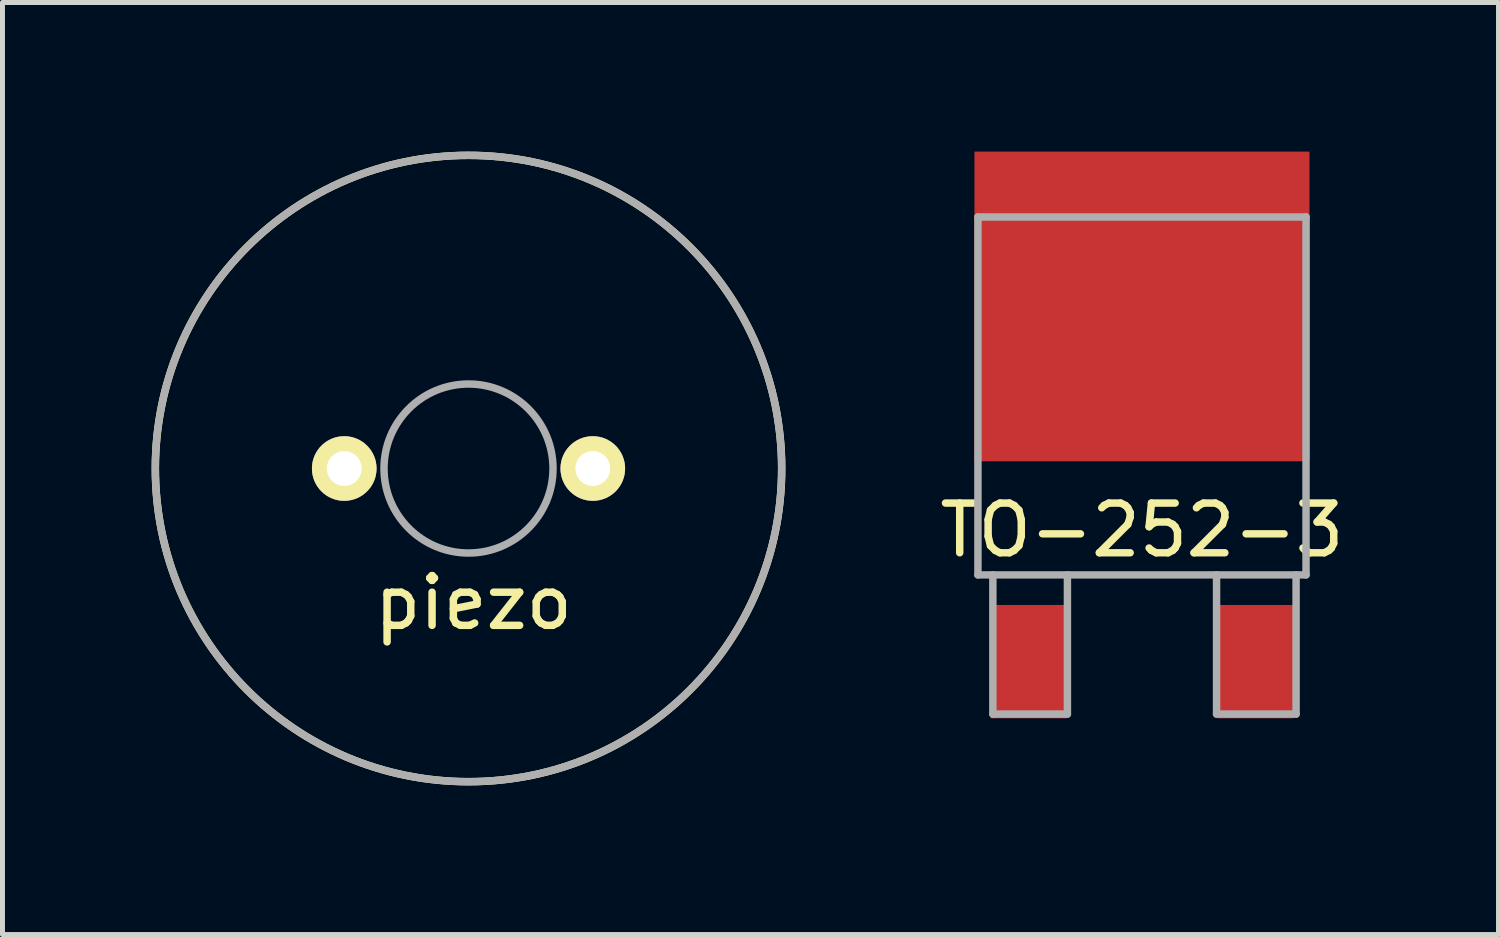
<source format=kicad_pcb>
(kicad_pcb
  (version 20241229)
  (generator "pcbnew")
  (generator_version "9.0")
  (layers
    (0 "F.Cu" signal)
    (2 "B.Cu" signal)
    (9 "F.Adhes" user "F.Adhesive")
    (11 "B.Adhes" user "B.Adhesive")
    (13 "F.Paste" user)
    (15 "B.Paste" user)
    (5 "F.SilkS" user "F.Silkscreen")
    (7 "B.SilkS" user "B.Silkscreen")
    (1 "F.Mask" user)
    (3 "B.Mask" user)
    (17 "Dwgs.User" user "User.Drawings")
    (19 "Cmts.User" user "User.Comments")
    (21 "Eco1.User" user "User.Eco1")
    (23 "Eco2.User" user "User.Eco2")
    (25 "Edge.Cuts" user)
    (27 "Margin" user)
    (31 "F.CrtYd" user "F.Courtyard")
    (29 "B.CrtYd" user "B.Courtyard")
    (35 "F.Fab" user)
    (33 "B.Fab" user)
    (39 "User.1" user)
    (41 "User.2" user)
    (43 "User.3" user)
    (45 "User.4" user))
  (footprint "TO-252-3"
    (layer "F.Cu")
    (at 19.923 3.115)
    (property "Reference" "TO-252-3" (at 0 4.5 0) (layer "F.SilkS") (effects (font (size 1 1) (thickness 0.15))))
    (attr through_hole)
    (fp_line (start -3.3 -1.8) (end -3.3 5.4) (stroke (width 0.15) (type solid)) (layer "F.Fab"))
    (fp_line (start -3.3 -1.8) (end 3.3 -1.8) (stroke (width 0.15) (type solid)) (layer "F.Fab"))
    (fp_line (start -3.3 5.4) (end 3.3 5.4) (stroke (width 0.15) (type solid)) (layer "F.Fab"))
    (fp_line (start -3 5.4) (end -3 8.2) (stroke (width 0.15) (type solid)) (layer "F.Fab"))
    (fp_line (start -3 8.2) (end -1.5 8.2) (stroke (width 0.15) (type solid)) (layer "F.Fab"))
    (fp_line (start -1.5 8.2) (end -1.5 5.4) (stroke (width 0.15) (type solid)) (layer "F.Fab"))
    (fp_line (start 1.5 5.4) (end 1.5 8.2) (stroke (width 0.15) (type solid)) (layer "F.Fab"))
    (fp_line (start 1.5 8.2) (end 3.1 8.2) (stroke (width 0.15) (type solid)) (layer "F.Fab"))
    (fp_line (start 3.1 8.2) (end 3.1 5.4) (stroke (width 0.15) (type solid)) (layer "F.Fab"))
    (fp_line (start 3.3 -1.8) (end 3.3 5.4) (stroke (width 0.15) (type solid)) (layer "F.Fab"))
    (pad "1" smd rect (at -2.28 7.145) (size 1.524 2.28) (layers "F.Cu" "F.Mask" "F.Paste"))
    (pad "2" smd rect (at 0 0) (size 6.74 6.23) (layers "F.Cu" "F.Mask" "F.Paste"))
    (pad "3" smd rect (at 2.28 7.145) (size 1.524 2.28) (layers "F.Cu" "F.Mask" "F.Paste")))
  (footprint "piezo"
    (layer "F.Cu")
    (at 6.375 6.375)
    (property "Reference" "piezo" (at 0.1 2.7 0) (layer "F.SilkS") (effects (font (size 1 1) (thickness 0.15))))
    (attr through_hole)
    (fp_circle (center 0 0) (end -6.3 0) (stroke (width 0.15) (type solid)) (fill no) (layer "F.SilkS"))
    (fp_circle (center 0 0) (end -6.3 0) (stroke (width 0.15) (type solid)) (fill no) (layer "F.Fab"))
    (fp_circle (center 0 0) (end -1.7 0) (stroke (width 0.15) (type solid)) (fill no) (layer "F.Fab"))
    (pad "1" thru_hole circle (at -2.5 0) (size 1.3 1.3) (drill 0.7) (layers "*.Cu" "*.Mask" "F.SilkS"))
    (pad "2" thru_hole circle (at 2.5 0) (size 1.3 1.3) (drill 0.7) (layers "*.Cu" "*.Mask" "F.SilkS")))
  (gr_rect
    (start -3 -3)
    (end 27.095 15.75)
    (stroke (width 0.1) (type default))
    (fill no)
    (layer "Edge.Cuts")))
</source>
